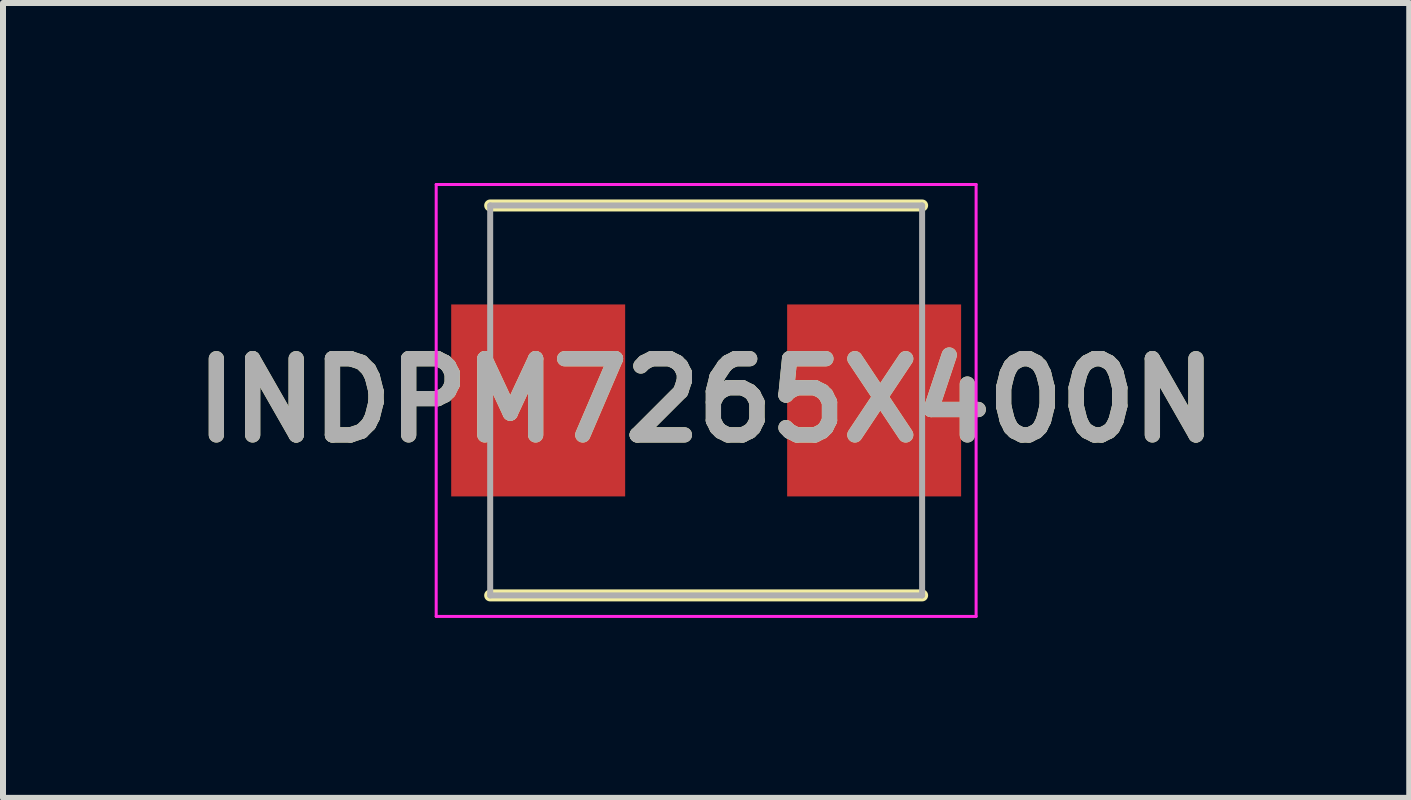
<source format=kicad_pcb>
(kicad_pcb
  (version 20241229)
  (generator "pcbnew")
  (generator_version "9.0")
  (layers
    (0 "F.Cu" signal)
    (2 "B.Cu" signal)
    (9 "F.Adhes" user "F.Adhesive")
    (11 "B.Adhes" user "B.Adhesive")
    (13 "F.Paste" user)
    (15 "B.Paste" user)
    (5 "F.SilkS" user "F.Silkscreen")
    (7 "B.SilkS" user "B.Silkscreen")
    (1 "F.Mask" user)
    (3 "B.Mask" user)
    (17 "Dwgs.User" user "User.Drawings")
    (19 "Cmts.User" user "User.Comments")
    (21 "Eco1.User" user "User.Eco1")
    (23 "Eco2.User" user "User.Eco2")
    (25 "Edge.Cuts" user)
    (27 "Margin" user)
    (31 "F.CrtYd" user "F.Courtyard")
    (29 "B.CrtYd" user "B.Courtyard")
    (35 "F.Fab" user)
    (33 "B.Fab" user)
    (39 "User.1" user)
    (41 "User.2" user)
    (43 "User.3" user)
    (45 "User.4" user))
  (footprint "INDPM7265X400N"
    (layer "F.Cu")
    (at 8.721 3.625)
    (property "Reference" "INDPM7265X400N" (at 0 0 0) (layer "F.SilkS") (effects (font (size 1.27 1.27) (thickness 0.254))))
    (attr smd)
    (fp_line (start -3.6 3.25) (end 3.6 3.25) (stroke (width 0.2) (type solid)) (layer "F.SilkS"))
    (fp_line (start 3.6 -3.25) (end -3.6 -3.25) (stroke (width 0.2) (type solid)) (layer "F.SilkS"))
    (fp_line (start -4.5 -3.6) (end 4.5 -3.6) (stroke (width 0.05) (type solid)) (layer "F.CrtYd"))
    (fp_line (start -4.5 3.6) (end -4.5 -3.6) (stroke (width 0.05) (type solid)) (layer "F.CrtYd"))
    (fp_line (start 4.5 -3.6) (end 4.5 3.6) (stroke (width 0.05) (type solid)) (layer "F.CrtYd"))
    (fp_line (start 4.5 3.6) (end -4.5 3.6) (stroke (width 0.05) (type solid)) (layer "F.CrtYd"))
    (fp_line (start -3.6 -3.25) (end 3.6 -3.25) (stroke (width 0.1) (type solid)) (layer "F.Fab"))
    (fp_line (start -3.6 3.25) (end -3.6 -3.25) (stroke (width 0.1) (type solid)) (layer "F.Fab"))
    (fp_line (start 3.6 -3.25) (end 3.6 3.25) (stroke (width 0.1) (type solid)) (layer "F.Fab"))
    (fp_line (start 3.6 3.25) (end -3.6 3.25) (stroke (width 0.1) (type solid)) (layer "F.Fab"))
    (fp_text user "${REFERENCE}" (at 0 0 0) (layer "F.Fab") (effects (font (size 1.27 1.27) (thickness 0.254))))
    (pad "1" smd rect (at -2.8 0) (size 2.9 3.2) (layers "F.Cu" "F.Mask" "F.Paste"))
    (pad "2" smd rect (at 2.8 0) (size 2.9 3.2) (layers "F.Cu" "F.Mask" "F.Paste")))
  (gr_rect
    (start -3 -3)
    (end 20.441 10.25)
    (stroke (width 0.1) (type default))
    (fill no)
    (layer "Edge.Cuts")))
</source>
